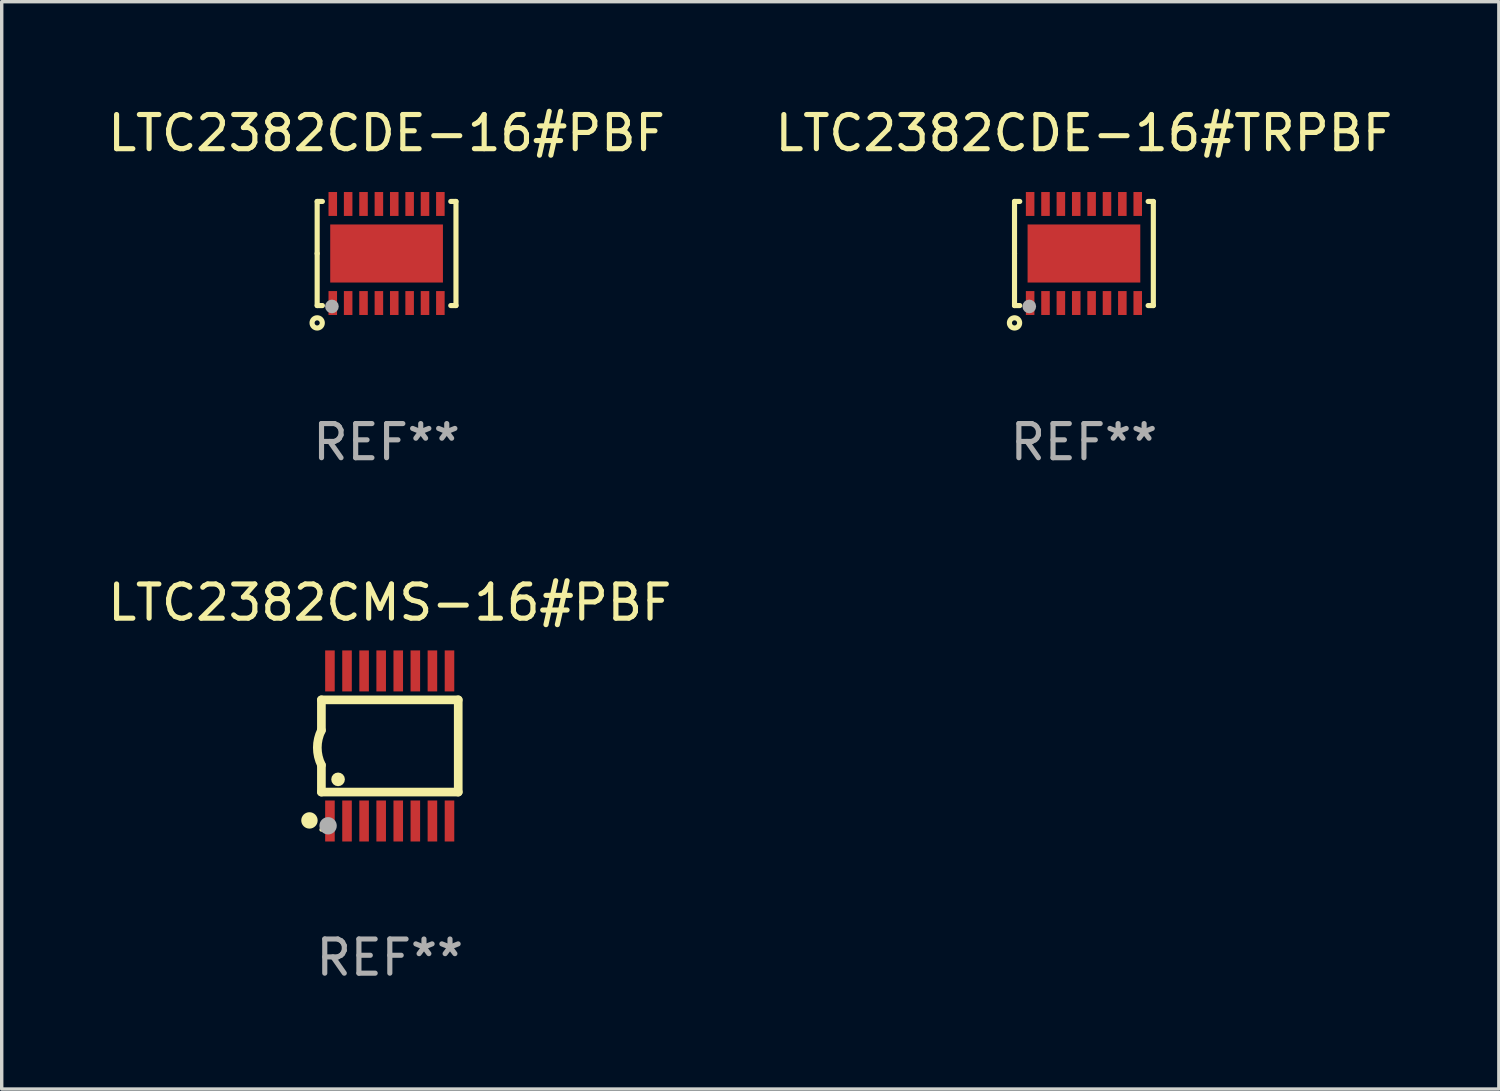
<source format=kicad_pcb>
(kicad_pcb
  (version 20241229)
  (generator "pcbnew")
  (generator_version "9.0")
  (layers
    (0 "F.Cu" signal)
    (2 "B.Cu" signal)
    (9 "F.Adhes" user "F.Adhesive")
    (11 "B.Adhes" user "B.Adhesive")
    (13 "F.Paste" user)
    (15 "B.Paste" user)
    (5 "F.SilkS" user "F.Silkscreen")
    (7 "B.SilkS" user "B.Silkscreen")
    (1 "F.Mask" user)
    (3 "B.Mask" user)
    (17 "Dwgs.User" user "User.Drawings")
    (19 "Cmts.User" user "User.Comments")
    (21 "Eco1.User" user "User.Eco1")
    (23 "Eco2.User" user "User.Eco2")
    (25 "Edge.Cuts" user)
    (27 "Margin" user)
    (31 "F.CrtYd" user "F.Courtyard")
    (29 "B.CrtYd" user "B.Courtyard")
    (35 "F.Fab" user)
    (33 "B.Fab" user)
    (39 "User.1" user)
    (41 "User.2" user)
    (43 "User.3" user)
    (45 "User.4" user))
  (footprint "LTC2382CDE-16#TRPBF"
    (layer "F.Cu")
    (at 28.685 4.372)
    (property "Reference" "LTC2382CDE-16#TRPBF" (at 0 -3.524 0) (layer "F.SilkS") (effects (font (size 1 1) (thickness 0.15))))
    (attr through_hole)
    (fp_line (start -2.032 -1.524) (end -1.879 -1.524) (stroke (width 0.15) (type solid)) (layer "F.SilkS"))
    (fp_line (start -2.032 0) (end -2.032 -1.524) (stroke (width 0.15) (type solid)) (layer "F.SilkS"))
    (fp_line (start -2.032 1.524) (end -2.032 0) (stroke (width 0.15) (type solid)) (layer "F.SilkS"))
    (fp_line (start -1.879 1.524) (end -2.032 1.524) (stroke (width 0.15) (type solid)) (layer "F.SilkS"))
    (fp_line (start 1.879 -1.524) (end 2.032 -1.524) (stroke (width 0.15) (type solid)) (layer "F.SilkS"))
    (fp_line (start 2.032 -1.524) (end 2.032 1.524) (stroke (width 0.15) (type solid)) (layer "F.SilkS"))
    (fp_line (start 2.032 1.524) (end 1.879 1.524) (stroke (width 0.15) (type solid)) (layer "F.SilkS"))
    (fp_circle (center -2.032 2.032) (end -1.882 2.032) (stroke (width 0.15) (type solid)) (fill no) (layer "F.SilkS"))
    (fp_circle (center -2 1.5) (end -1.97 1.5) (stroke (width 0.06) (type solid)) (fill no) (layer "F.SilkS"))
    (fp_circle (center -1.6 1.55) (end -1.5 1.55) (stroke (width 0.2) (type solid)) (fill no) (layer "F.Fab"))
    (fp_text user "REF**" (at 0 5.524 0) (layer "F.Fab") (effects (font (size 1 1) (thickness 0.15))))
    (pad "1" smd rect (at -1.575 1.45 90) (size 0.7 0.25) (layers "F.Cu" "F.Mask" "F.Paste"))
    (pad "2" smd rect (at -1.125 1.45 90) (size 0.7 0.25) (layers "F.Cu" "F.Mask" "F.Paste"))
    (pad "3" smd rect (at -0.675 1.45 90) (size 0.7 0.25) (layers "F.Cu" "F.Mask" "F.Paste"))
    (pad "4" smd rect (at -0.225 1.45 90) (size 0.7 0.25) (layers "F.Cu" "F.Mask" "F.Paste"))
    (pad "5" smd rect (at 0.225 1.45 90) (size 0.7 0.25) (layers "F.Cu" "F.Mask" "F.Paste"))
    (pad "6" smd rect (at 0.675 1.45 90) (size 0.7 0.25) (layers "F.Cu" "F.Mask" "F.Paste"))
    (pad "7" smd rect (at 1.125 1.45 90) (size 0.7 0.25) (layers "F.Cu" "F.Mask" "F.Paste"))
    (pad "8" smd rect (at 1.575 1.45 90) (size 0.7 0.25) (layers "F.Cu" "F.Mask" "F.Paste"))
    (pad "9" smd rect (at 1.575 -1.45 90) (size 0.7 0.25) (layers "F.Cu" "F.Mask" "F.Paste"))
    (pad "10" smd rect (at 1.125 -1.45 90) (size 0.7 0.25) (layers "F.Cu" "F.Mask" "F.Paste"))
    (pad "11" smd rect (at 0.675 -1.45 90) (size 0.7 0.25) (layers "F.Cu" "F.Mask" "F.Paste"))
    (pad "12" smd rect (at 0.225 -1.45 90) (size 0.7 0.25) (layers "F.Cu" "F.Mask" "F.Paste"))
    (pad "13" smd rect (at -0.225 -1.45 90) (size 0.7 0.25) (layers "F.Cu" "F.Mask" "F.Paste"))
    (pad "14" smd rect (at -0.675 -1.45 90) (size 0.7 0.25) (layers "F.Cu" "F.Mask" "F.Paste"))
    (pad "15" smd rect (at -1.125 -1.45 90) (size 0.7 0.25) (layers "F.Cu" "F.Mask" "F.Paste"))
    (pad "16" smd rect (at -1.575 -1.45 90) (size 0.7 0.25) (layers "F.Cu" "F.Mask" "F.Paste"))
    (pad "17" smd rect (at 0.000127 0 90) (size 1.7 3.3) (layers "F.Cu" "F.Mask" "F.Paste")))
  (footprint "LTC2382CDE-16#PBF"
    (layer "F.Cu")
    (at 8.268 4.372)
    (property "Reference" "LTC2382CDE-16#PBF" (at 0 -3.524 0) (layer "F.SilkS") (effects (font (size 1 1) (thickness 0.15))))
    (attr through_hole)
    (fp_line (start -2.032 -1.524) (end -1.879 -1.524) (stroke (width 0.15) (type solid)) (layer "F.SilkS"))
    (fp_line (start -2.032 0) (end -2.032 -1.524) (stroke (width 0.15) (type solid)) (layer "F.SilkS"))
    (fp_line (start -2.032 1.524) (end -2.032 0) (stroke (width 0.15) (type solid)) (layer "F.SilkS"))
    (fp_line (start -1.879 1.524) (end -2.032 1.524) (stroke (width 0.15) (type solid)) (layer "F.SilkS"))
    (fp_line (start 1.879 -1.524) (end 2.032 -1.524) (stroke (width 0.15) (type solid)) (layer "F.SilkS"))
    (fp_line (start 2.032 -1.524) (end 2.032 1.524) (stroke (width 0.15) (type solid)) (layer "F.SilkS"))
    (fp_line (start 2.032 1.524) (end 1.879 1.524) (stroke (width 0.15) (type solid)) (layer "F.SilkS"))
    (fp_circle (center -2.032 2.032) (end -1.882 2.032) (stroke (width 0.15) (type solid)) (fill no) (layer "F.SilkS"))
    (fp_circle (center -2 1.5) (end -1.97 1.5) (stroke (width 0.06) (type solid)) (fill no) (layer "F.SilkS"))
    (fp_circle (center -1.6 1.55) (end -1.5 1.55) (stroke (width 0.2) (type solid)) (fill no) (layer "F.Fab"))
    (fp_text user "REF**" (at 0 5.524 0) (layer "F.Fab") (effects (font (size 1 1) (thickness 0.15))))
    (pad "1" smd rect (at -1.575 1.45 90) (size 0.7 0.25) (layers "F.Cu" "F.Mask" "F.Paste"))
    (pad "2" smd rect (at -1.125 1.45 90) (size 0.7 0.25) (layers "F.Cu" "F.Mask" "F.Paste"))
    (pad "3" smd rect (at -0.675 1.45 90) (size 0.7 0.25) (layers "F.Cu" "F.Mask" "F.Paste"))
    (pad "4" smd rect (at -0.225 1.45 90) (size 0.7 0.25) (layers "F.Cu" "F.Mask" "F.Paste"))
    (pad "5" smd rect (at 0.225 1.45 90) (size 0.7 0.25) (layers "F.Cu" "F.Mask" "F.Paste"))
    (pad "6" smd rect (at 0.675 1.45 90) (size 0.7 0.25) (layers "F.Cu" "F.Mask" "F.Paste"))
    (pad "7" smd rect (at 1.125 1.45 90) (size 0.7 0.25) (layers "F.Cu" "F.Mask" "F.Paste"))
    (pad "8" smd rect (at 1.575 1.45 90) (size 0.7 0.25) (layers "F.Cu" "F.Mask" "F.Paste"))
    (pad "9" smd rect (at 1.575 -1.45 90) (size 0.7 0.25) (layers "F.Cu" "F.Mask" "F.Paste"))
    (pad "10" smd rect (at 1.125 -1.45 90) (size 0.7 0.25) (layers "F.Cu" "F.Mask" "F.Paste"))
    (pad "11" smd rect (at 0.675 -1.45 90) (size 0.7 0.25) (layers "F.Cu" "F.Mask" "F.Paste"))
    (pad "12" smd rect (at 0.225 -1.45 90) (size 0.7 0.25) (layers "F.Cu" "F.Mask" "F.Paste"))
    (pad "13" smd rect (at -0.225 -1.45 90) (size 0.7 0.25) (layers "F.Cu" "F.Mask" "F.Paste"))
    (pad "14" smd rect (at -0.675 -1.45 90) (size 0.7 0.25) (layers "F.Cu" "F.Mask" "F.Paste"))
    (pad "15" smd rect (at -1.125 -1.45 90) (size 0.7 0.25) (layers "F.Cu" "F.Mask" "F.Paste"))
    (pad "16" smd rect (at -1.575 -1.45 90) (size 0.7 0.25) (layers "F.Cu" "F.Mask" "F.Paste"))
    (pad "17" smd rect (at 0.000127 0 90) (size 1.7 3.3) (layers "F.Cu" "F.Mask" "F.Paste")))
  (footprint "LTC2382CMS-16#PBF"
    (layer "F.Cu")
    (at 8.363 18.79)
    (property "Reference" "LTC2382CMS-16#PBF" (at 0 -4.197 0) (layer "F.SilkS") (effects (font (size 1 1) (thickness 0.15))))
    (attr through_hole)
    (fp_line (start -2.003 -1.35) (end -2.003 -0.457) (stroke (width 0.254) (type solid)) (layer "F.SilkS"))
    (fp_line (start -2.003 -1.35) (end 2.003 -1.35) (stroke (width 0.254) (type solid)) (layer "F.SilkS"))
    (fp_line (start -2.003 1.35) (end -2.003 0.559) (stroke (width 0.254) (type solid)) (layer "F.SilkS"))
    (fp_line (start -2.003 1.35) (end 2.003 1.35) (stroke (width 0.254) (type solid)) (layer "F.SilkS"))
    (fp_line (start 2.003 -1.35) (end 2.003 1.35) (stroke (width 0.254) (type solid)) (layer "F.SilkS"))
    (fp_arc (start -2.002286 0.558802) (mid -2.122556 0.05092) (end -2.003302 -0.457201) (stroke (width 0.254001) (type solid)) (layer "F.SilkS"))
    (fp_circle (center -2.353 2.18) (end -2.233 2.18) (stroke (width 0.24) (type solid)) (fill no) (layer "F.SilkS"))
    (fp_circle (center -2.003 2.45) (end -1.973 2.45) (stroke (width 0.06) (type solid)) (fill no) (layer "F.SilkS"))
    (fp_circle (center -1.515 0.978) (end -1.415 0.978) (stroke (width 0.2) (type solid)) (fill no) (layer "F.SilkS"))
    (fp_circle (center -1.807 2.337) (end -1.68 2.337) (stroke (width 0.254) (type solid)) (fill no) (layer "F.Fab"))
    (fp_text user "REF**" (at 0 6.197 0) (layer "F.Fab") (effects (font (size 1 1) (thickness 0.15))))
    (pad "1" smd rect (at -1.753 2.197 90) (size 1.2 0.28) (layers "F.Cu" "F.Mask" "F.Paste"))
    (pad "2" smd rect (at -1.253 2.197 90) (size 1.2 0.28) (layers "F.Cu" "F.Mask" "F.Paste"))
    (pad "3" smd rect (at -0.753 2.197 90) (size 1.2 0.28) (layers "F.Cu" "F.Mask" "F.Paste"))
    (pad "4" smd rect (at -0.253 2.197 90) (size 1.2 0.28) (layers "F.Cu" "F.Mask" "F.Paste"))
    (pad "5" smd rect (at 0.247 2.197 90) (size 1.2 0.28) (layers "F.Cu" "F.Mask" "F.Paste"))
    (pad "6" smd rect (at 0.747 2.197 90) (size 1.2 0.28) (layers "F.Cu" "F.Mask" "F.Paste"))
    (pad "7" smd rect (at 1.247 2.197 90) (size 1.2 0.28) (layers "F.Cu" "F.Mask" "F.Paste"))
    (pad "8" smd rect (at 1.747 2.197 90) (size 1.2 0.28) (layers "F.Cu" "F.Mask" "F.Paste"))
    (pad "9" smd rect (at 1.747 -2.197 90) (size 1.2 0.28) (layers "F.Cu" "F.Mask" "F.Paste"))
    (pad "10" smd rect (at 1.247 -2.197 90) (size 1.2 0.28) (layers "F.Cu" "F.Mask" "F.Paste"))
    (pad "11" smd rect (at 0.747 -2.197 90) (size 1.2 0.28) (layers "F.Cu" "F.Mask" "F.Paste"))
    (pad "12" smd rect (at 0.247 -2.197 90) (size 1.2 0.28) (layers "F.Cu" "F.Mask" "F.Paste"))
    (pad "13" smd rect (at -0.253 -2.197 90) (size 1.2 0.28) (layers "F.Cu" "F.Mask" "F.Paste"))
    (pad "14" smd rect (at -0.753 -2.197 90) (size 1.2 0.28) (layers "F.Cu" "F.Mask" "F.Paste"))
    (pad "15" smd rect (at -1.253 -2.197 90) (size 1.2 0.28) (layers "F.Cu" "F.Mask" "F.Paste"))
    (pad "16" smd rect (at -1.753 -2.197 90) (size 1.2 0.28) (layers "F.Cu" "F.Mask" "F.Paste")))
  (gr_rect
    (start -3 -3)
    (end 40.833 28.835)
    (stroke (width 0.1) (type default))
    (fill no)
    (layer "Edge.Cuts")))
</source>
